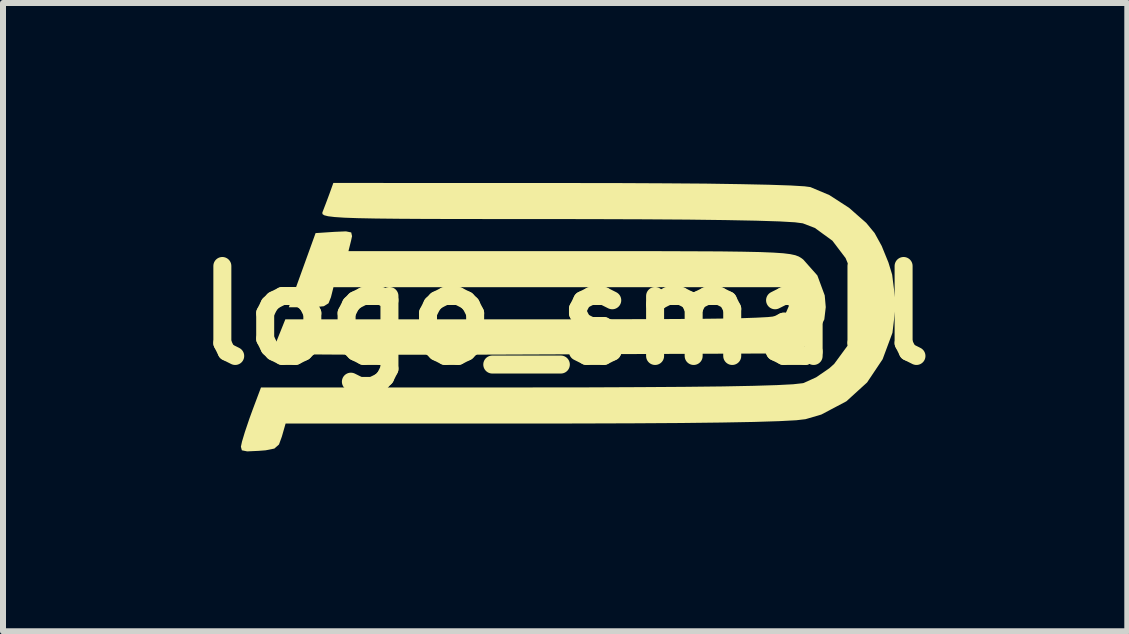
<source format=kicad_pcb>
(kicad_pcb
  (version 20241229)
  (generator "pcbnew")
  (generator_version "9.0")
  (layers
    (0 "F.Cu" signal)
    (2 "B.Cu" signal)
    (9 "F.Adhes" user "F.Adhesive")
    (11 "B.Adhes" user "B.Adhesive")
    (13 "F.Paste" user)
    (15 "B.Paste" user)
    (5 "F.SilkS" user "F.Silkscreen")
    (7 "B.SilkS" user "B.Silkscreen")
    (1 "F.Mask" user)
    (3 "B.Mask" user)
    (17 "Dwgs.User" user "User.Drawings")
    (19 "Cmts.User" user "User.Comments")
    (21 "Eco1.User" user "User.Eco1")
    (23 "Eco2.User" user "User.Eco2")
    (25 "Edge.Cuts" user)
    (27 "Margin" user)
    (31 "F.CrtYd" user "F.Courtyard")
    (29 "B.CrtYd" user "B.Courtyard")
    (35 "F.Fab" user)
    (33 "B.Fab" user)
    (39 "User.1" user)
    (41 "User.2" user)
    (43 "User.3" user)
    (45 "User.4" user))
  (footprint "logo_small"
    (layer "F.Cu")
    (at 6.371 2.206)
    (property "Reference" "logo_small" (at 0 0 0) (layer "F.SilkS") (effects (font (size 1.5 1.5) (thickness 0.3))))
    (attr board_only exclude_from_pos_files exclude_from_bom)
    (fp_poly (pts (xy -3.566 -1.381) (xy -3.552 -1.319) (xy -3.569 -1.241) (xy -3.612 -1.069) (xy 0.09 -1.069) (xy 0.887 -1.069) (xy 1.561 -1.069) (xy 2.123 -1.067) (xy 2.584 -1.065) (xy 2.955 -1.06) (xy 3.247 -1.054) (xy 3.47 -1.045) (xy 3.636 -1.034) (xy 3.755 -1.019) (xy 3.838 -1.001) (xy 3.896 -0.979) (xy 3.94 -0.952) (xy 3.969 -0.93) (xy 4.205 -0.664) (xy 4.328 -0.331) (xy 4.345 -0.136) (xy 4.321 0.069) (xy 4.233 0.245) (xy 4.116 0.385) (xy 3.887 0.635) (xy -0.496 0.653) (xy -1.248 0.656) (xy -1.959 0.657) (xy -2.619 0.658) (xy -3.215 0.657) (xy -3.738 0.656) (xy -4.176 0.653) (xy -4.517 0.65) (xy -4.752 0.645) (xy -4.868 0.64) (xy -4.879 0.638) (xy -4.857 0.561) (xy -4.8 0.406) (xy -4.772 0.336) (xy -4.664 0.067) (xy -0.536 0.067) (xy 0.32 0.067) (xy 1.051 0.065) (xy 1.668 0.063) (xy 2.18 0.06) (xy 2.598 0.055) (xy 2.93 0.049) (xy 3.187 0.04) (xy 3.378 0.03) (xy 3.514 0.016) (xy 3.603 0.001) (xy 3.655 -0.018) (xy 3.678 -0.035) (xy 3.729 -0.152) (xy 3.688 -0.303) (xy 3.612 -0.468) (xy -0.125 -0.468) (xy -3.862 -0.468) (xy -3.904 -0.301) (xy -3.944 -0.2) (xy -4.023 -0.151) (xy -4.181 -0.135) (xy -4.276 -0.134) (xy -4.606 -0.134) (xy -4.383 -0.752) (xy -4.16 -1.37) (xy -3.843 -1.391) (xy -3.653 -1.399)) (stroke (width 0) (type solid)) (fill yes) (layer "F.SilkS"))
    (fp_poly (pts (xy -0.01 -2.205) (xy 0.869 -2.204) (xy 1.655 -2.2) (xy 2.343 -2.195) (xy 2.927 -2.186) (xy 3.4 -2.176) (xy 3.757 -2.164) (xy 3.991 -2.15) (xy 4.089 -2.137) (xy 4.405 -2.004) (xy 4.733 -1.792) (xy 5.02 -1.54) (xy 5.16 -1.37) (xy 5.278 -1.155) (xy 5.39 -0.88) (xy 5.452 -0.677) (xy 5.514 -0.184) (xy 5.457 0.292) (xy 5.293 0.733) (xy 5.034 1.12) (xy 4.689 1.434) (xy 4.271 1.655) (xy 4.008 1.732) (xy 3.854 1.75) (xy 3.568 1.765) (xy 3.151 1.778) (xy 2.605 1.788) (xy 1.93 1.796) (xy 1.128 1.801) (xy 0.201 1.804) (xy -0.495 1.805) (xy -4.66 1.805) (xy -4.722 2.022) (xy -4.77 2.154) (xy -4.847 2.222) (xy -4.992 2.251) (xy -5.107 2.26) (xy -5.3 2.269) (xy -5.389 2.251) (xy -5.405 2.191) (xy -5.387 2.107) (xy -5.339 1.947) (xy -5.263 1.722) (xy -5.207 1.568) (xy -5.07 1.203) (xy -0.68 1.203) (xy 0.342 1.202) (xy 1.233 1.198) (xy 1.995 1.193) (xy 2.631 1.186) (xy 3.142 1.176) (xy 3.532 1.164) (xy 3.802 1.15) (xy 3.955 1.133) (xy 3.976 1.129) (xy 4.185 1.034) (xy 4.405 0.883) (xy 4.486 0.81) (xy 4.715 0.498) (xy 4.842 0.142) (xy 4.875 -0.235) (xy 4.818 -0.608) (xy 4.676 -0.953) (xy 4.456 -1.243) (xy 4.163 -1.456) (xy 3.962 -1.533) (xy 3.832 -1.55) (xy 3.572 -1.565) (xy 3.186 -1.577) (xy 2.677 -1.587) (xy 2.048 -1.595) (xy 1.304 -1.6) (xy 0.447 -1.603) (xy -0.191 -1.604) (xy -1.011 -1.604) (xy -1.708 -1.605) (xy -2.291 -1.606) (xy -2.769 -1.609) (xy -3.154 -1.613) (xy -3.455 -1.619) (xy -3.681 -1.627) (xy -3.844 -1.638) (xy -3.952 -1.651) (xy -4.015 -1.667) (xy -4.044 -1.686) (xy -4.048 -1.709) (xy -4.044 -1.721) (xy -3.986 -1.872) (xy -3.93 -2.022) (xy -3.864 -2.206)) (stroke (width 0) (type solid)) (fill yes) (layer "F.SilkS")))
  (gr_rect
    (start -3 -3)
    (end 15.743 7.474)
    (stroke (width 0.1) (type default))
    (fill no)
    (layer "Edge.Cuts")))
</source>
